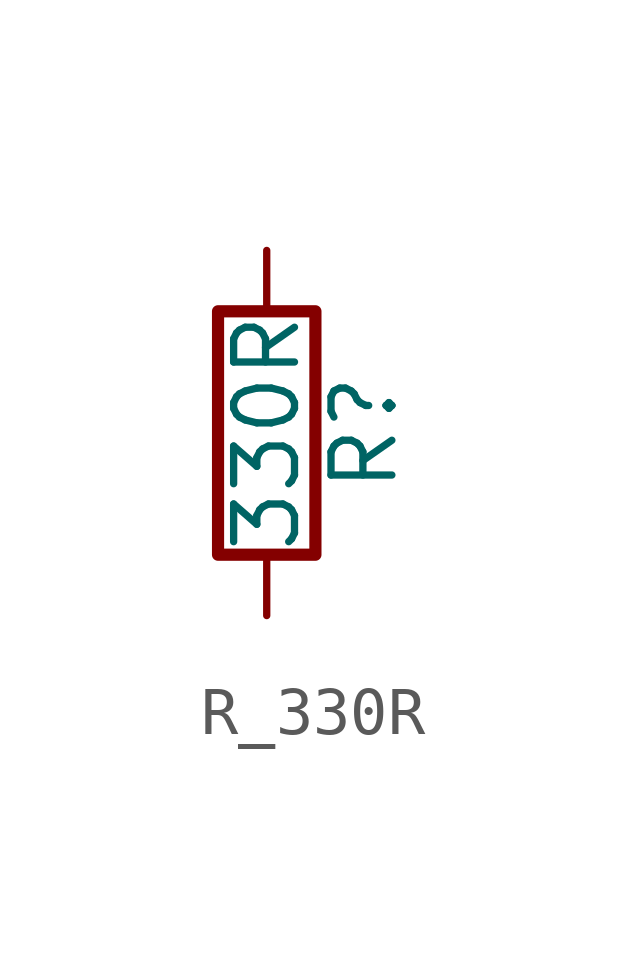
<source format=kicad_sym>
(kicad_symbol_lib
  (version 20231120)
  (generator "kicad_symbol_editor")
  (generator_version "8.0")
  (symbol "R_330R"
    (pin_numbers hide)
    (pin_names
      (offset 0))
    (property "Reference" "R"
      (at 2.032 0 90)
      (effects (font (size 1.27 1.27))))
    (property "Value" "330R"
      (at 0 0 90)
      (effects (font (size 1.27 1.27))))
    (symbol "R_330R_0_1"
      (rectangle (start -1.016 -2.54) (end 1.016 2.54) (stroke (width 0.254) (type default)) (fill (type none))))
    (symbol "R_330R_1_1"
      (pin passive line (at 0 3.81 270) (length 1.27) (name "~" (effects (font (size 1.27 1.27)))) (number "1" (effects (font (size 1.27 1.27)))))
      (pin passive line (at 0 -3.81 90) (length 1.27) (name "~" (effects (font (size 1.27 1.27)))) (number "2" (effects (font (size 1.27 1.27))))))))
</source>
